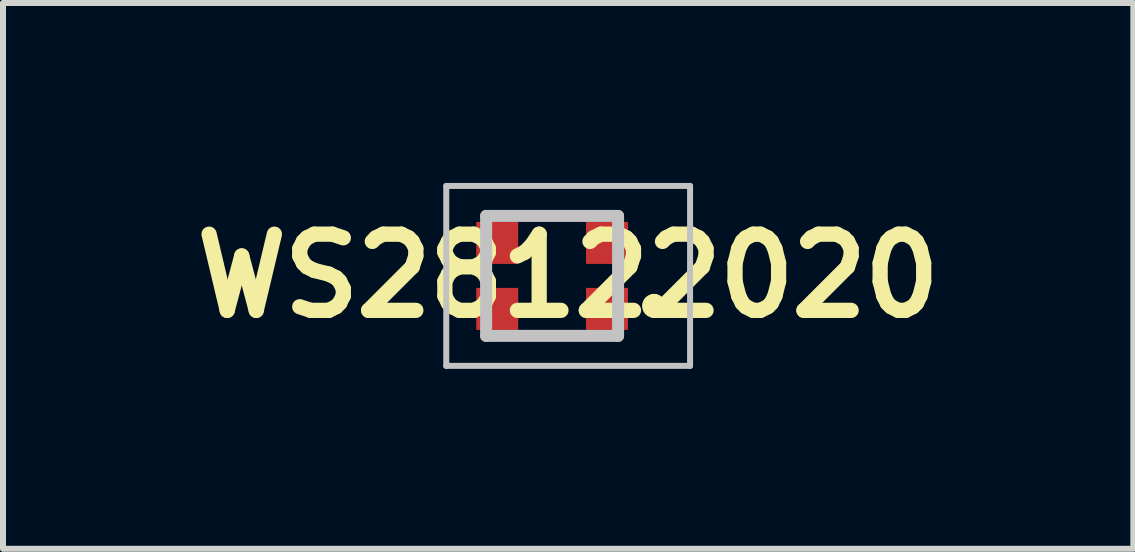
<source format=kicad_pcb>
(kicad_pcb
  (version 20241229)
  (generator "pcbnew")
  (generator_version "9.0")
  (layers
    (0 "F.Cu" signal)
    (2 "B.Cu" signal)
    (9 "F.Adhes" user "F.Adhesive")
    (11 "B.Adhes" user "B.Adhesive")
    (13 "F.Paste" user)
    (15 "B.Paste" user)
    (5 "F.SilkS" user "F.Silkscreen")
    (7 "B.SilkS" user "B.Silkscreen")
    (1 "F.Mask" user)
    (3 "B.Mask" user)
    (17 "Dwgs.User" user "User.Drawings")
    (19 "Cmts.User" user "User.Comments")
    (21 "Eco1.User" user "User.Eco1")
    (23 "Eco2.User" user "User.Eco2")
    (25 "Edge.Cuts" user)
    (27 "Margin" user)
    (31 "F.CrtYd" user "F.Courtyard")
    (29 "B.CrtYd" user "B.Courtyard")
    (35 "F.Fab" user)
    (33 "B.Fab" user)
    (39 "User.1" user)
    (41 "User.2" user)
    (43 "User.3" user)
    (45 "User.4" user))
  (footprint "WS28122020"
    (layer "F.Cu")
    (at 6.155 1.55)
    (property "Reference" "WS28122020" (at 0.268 0 0) (layer "F.SilkS") (effects (font (size 1.27 1.27) (thickness 0.254))))
    (attr smd)
    (fp_line (start -0.2 -1) (end 0.2 -1) (stroke (width 0.1) (type solid)) (layer "F.SilkS"))
    (fp_line (start -0.2 1) (end 0.2 1) (stroke (width 0.1) (type solid)) (layer "F.SilkS"))
    (fp_line (start 1.7 0.4) (end 1.7 0.4) (stroke (width 0.2) (type solid)) (layer "F.SilkS"))
    (fp_line (start 1.7 0.6) (end 1.7 0.6) (stroke (width 0.2) (type solid)) (layer "F.SilkS"))
    (fp_arc (start 1.7 0.4) (mid 1.8 0.5) (end 1.7 0.6) (stroke (width 0.2) (type solid)) (layer "F.SilkS"))
    (fp_arc (start 1.7 0.6) (mid 1.6 0.5) (end 1.7 0.4) (stroke (width 0.2) (type solid)) (layer "F.SilkS"))
    (fp_line (start -1.765 -1.5) (end 2.3 -1.5) (stroke (width 0.1) (type solid)) (layer "Dwgs.User"))
    (fp_line (start -1.765 1.5) (end -1.765 -1.5) (stroke (width 0.1) (type solid)) (layer "Dwgs.User"))
    (fp_line (start -1.1 -1) (end 1.1 -1) (stroke (width 0.2) (type solid)) (layer "Dwgs.User"))
    (fp_line (start -1.1 1) (end -1.1 -1) (stroke (width 0.2) (type solid)) (layer "Dwgs.User"))
    (fp_line (start 1.1 -1) (end 1.1 1) (stroke (width 0.2) (type solid)) (layer "Dwgs.User"))
    (fp_line (start 1.1 1) (end -1.1 1) (stroke (width 0.2) (type solid)) (layer "Dwgs.User"))
    (fp_line (start 2.3 -1.5) (end 2.3 1.5) (stroke (width 0.1) (type solid)) (layer "Dwgs.User"))
    (fp_line (start 2.3 1.5) (end -1.765 1.5) (stroke (width 0.1) (type solid)) (layer "Dwgs.User"))
    (pad "1" smd rect (at 0.915 0.55 90) (size 0.7 0.7) (layers "F.Cu" "F.Mask" "F.Paste"))
    (pad "2" smd rect (at 0.915 -0.55 90) (size 0.7 0.7) (layers "F.Cu" "F.Mask" "F.Paste"))
    (pad "3" smd rect (at -0.915 -0.55 90) (size 0.7 0.7) (layers "F.Cu" "F.Mask" "F.Paste"))
    (pad "4" smd rect (at -0.915 0.55 90) (size 0.7 0.7) (layers "F.Cu" "F.Mask" "F.Paste")))
  (gr_rect
    (start -3 -3)
    (end 15.845 6.1)
    (stroke (width 0.1) (type default))
    (fill no)
    (layer "Edge.Cuts")))
</source>
